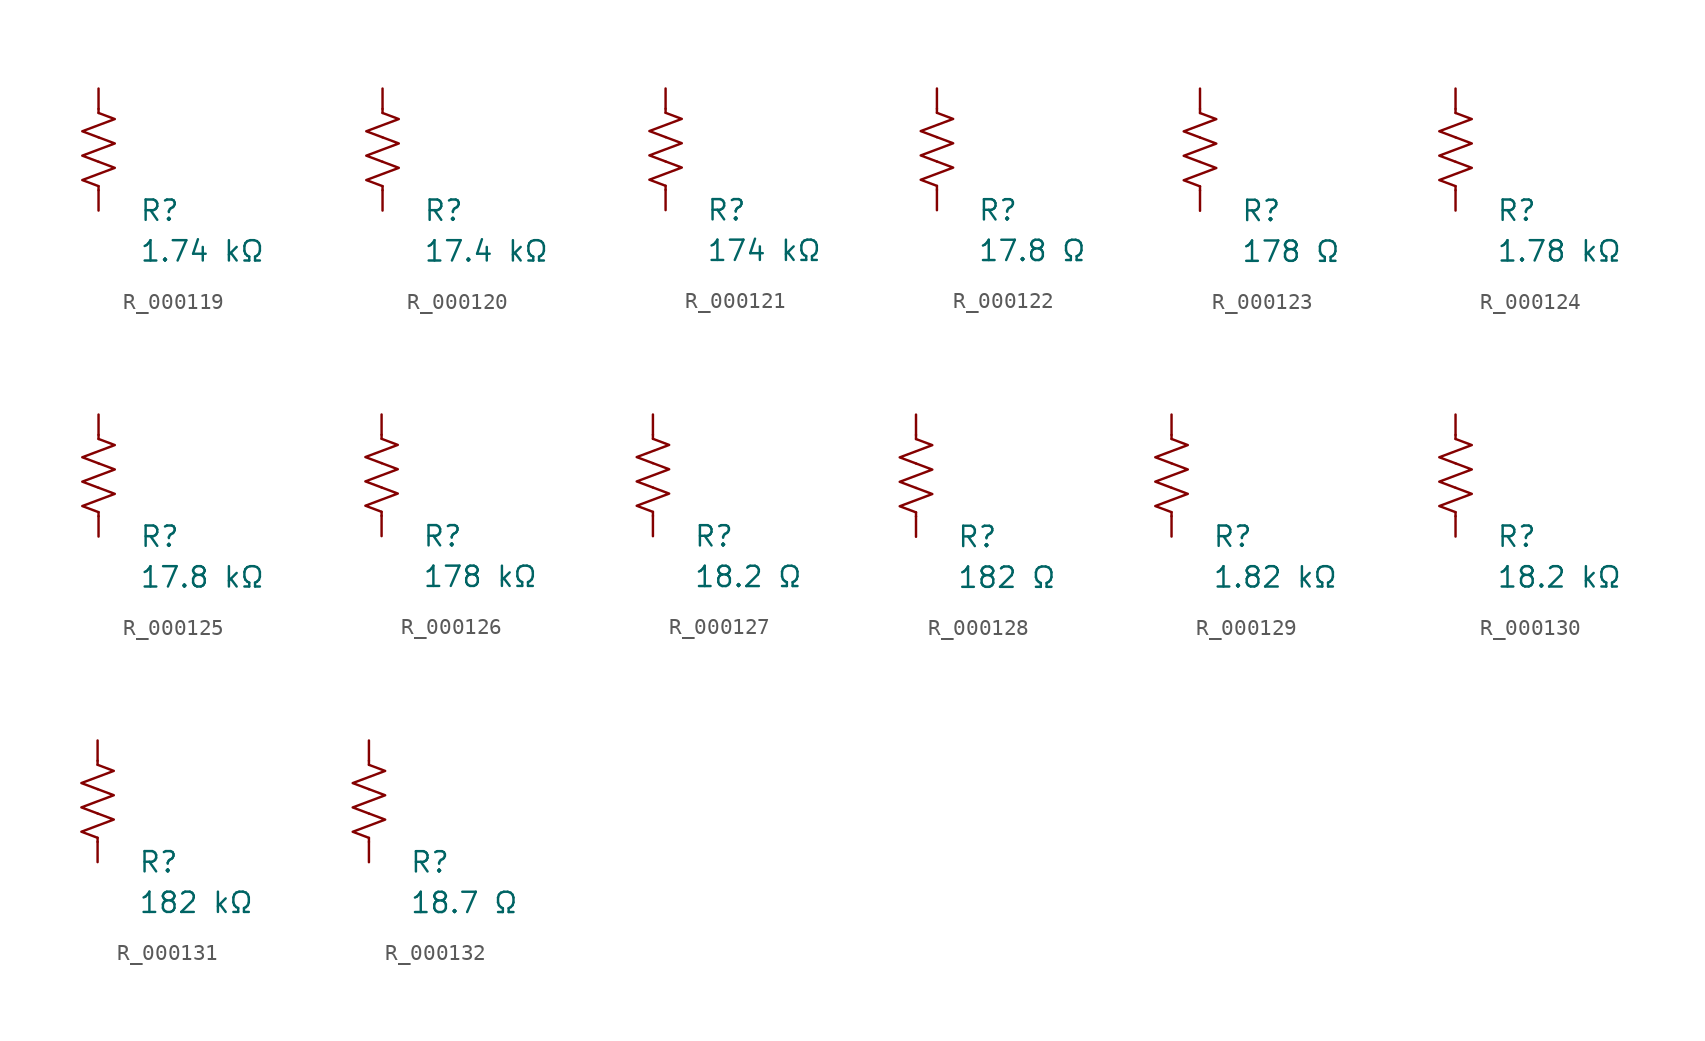
<source format=kicad_sym>
(kicad_symbol_lib
  (version 20231120)
  (generator "kicad_symbol_editor")
  (generator_version "8.0")
  (symbol "R_000119"
    (pin_numbers hide)
    (pin_names
      (offset 0))
    (property "Reference" "R"
      (at 2.54 -3.81 0)
      (effects (font (size 1.27 1.27)) (justify left))
      (show_name no))
    (property "Value" "1.74 kΩ"
      (at 2.54 -6.35 0)
      (effects (font (size 1.27 1.27)) (justify left))
      (show_name no))
    (symbol "R_000119_0_1"
      (polyline (pts (xy 0 -2.286) (xy 0 -2.54)) (stroke (width 0) (type default)) (fill (type none)))
      (polyline (pts (xy 0 2.286) (xy 0 2.54)) (stroke (width 0) (type default)) (fill (type none)))
      (polyline (pts (xy 0 -0.762) (xy 1.016 -1.143) (xy 0 -1.524) (xy -1.016 -1.905) (xy 0 -2.286)) (stroke (width 0) (type default)) (fill (type none)))
      (polyline (pts (xy 0 0.762) (xy 1.016 0.381) (xy 0 0) (xy -1.016 -0.381) (xy 0 -0.762)) (stroke (width 0) (type default)) (fill (type none)))
      (polyline (pts (xy 0 2.286) (xy 1.016 1.905) (xy 0 1.524) (xy -1.016 1.143) (xy 0 0.762)) (stroke (width 0) (type default)) (fill (type none))))
    (symbol "R_000119_1_1"
      (pin passive line (at 0 3.81 270) (length 1.27) (name "~" (effects (font (size 1.27 1.27)))) (number "1" (effects (font (size 1.27 1.27)))))
      (pin passive line (at 0 -3.81 90) (length 1.27) (name "~" (effects (font (size 1.27 1.27)))) (number "2" (effects (font (size 1.27 1.27)))))))
  (symbol "R_000120"
    (pin_numbers hide)
    (pin_names
      (offset 0))
    (property "Reference" "R"
      (at 2.54 -3.81 0)
      (effects (font (size 1.27 1.27)) (justify left))
      (show_name no))
    (property "Value" "17.4 kΩ"
      (at 2.54 -6.35 0)
      (effects (font (size 1.27 1.27)) (justify left))
      (show_name no))
    (symbol "R_000120_0_1"
      (polyline (pts (xy 0 -2.286) (xy 0 -2.54)) (stroke (width 0) (type default)) (fill (type none)))
      (polyline (pts (xy 0 2.286) (xy 0 2.54)) (stroke (width 0) (type default)) (fill (type none)))
      (polyline (pts (xy 0 -0.762) (xy 1.016 -1.143) (xy 0 -1.524) (xy -1.016 -1.905) (xy 0 -2.286)) (stroke (width 0) (type default)) (fill (type none)))
      (polyline (pts (xy 0 0.762) (xy 1.016 0.381) (xy 0 0) (xy -1.016 -0.381) (xy 0 -0.762)) (stroke (width 0) (type default)) (fill (type none)))
      (polyline (pts (xy 0 2.286) (xy 1.016 1.905) (xy 0 1.524) (xy -1.016 1.143) (xy 0 0.762)) (stroke (width 0) (type default)) (fill (type none))))
    (symbol "R_000120_1_1"
      (pin passive line (at 0 3.81 270) (length 1.27) (name "~" (effects (font (size 1.27 1.27)))) (number "1" (effects (font (size 1.27 1.27)))))
      (pin passive line (at 0 -3.81 90) (length 1.27) (name "~" (effects (font (size 1.27 1.27)))) (number "2" (effects (font (size 1.27 1.27)))))))
  (symbol "R_000121"
    (pin_numbers hide)
    (pin_names
      (offset 0))
    (property "Reference" "R"
      (at 2.54 -3.81 0)
      (effects (font (size 1.27 1.27)) (justify left))
      (show_name no))
    (property "Value" "174 kΩ"
      (at 2.54 -6.35 0)
      (effects (font (size 1.27 1.27)) (justify left))
      (show_name no))
    (symbol "R_000121_0_1"
      (polyline (pts (xy 0 -2.286) (xy 0 -2.54)) (stroke (width 0) (type default)) (fill (type none)))
      (polyline (pts (xy 0 2.286) (xy 0 2.54)) (stroke (width 0) (type default)) (fill (type none)))
      (polyline (pts (xy 0 -0.762) (xy 1.016 -1.143) (xy 0 -1.524) (xy -1.016 -1.905) (xy 0 -2.286)) (stroke (width 0) (type default)) (fill (type none)))
      (polyline (pts (xy 0 0.762) (xy 1.016 0.381) (xy 0 0) (xy -1.016 -0.381) (xy 0 -0.762)) (stroke (width 0) (type default)) (fill (type none)))
      (polyline (pts (xy 0 2.286) (xy 1.016 1.905) (xy 0 1.524) (xy -1.016 1.143) (xy 0 0.762)) (stroke (width 0) (type default)) (fill (type none))))
    (symbol "R_000121_1_1"
      (pin passive line (at 0 3.81 270) (length 1.27) (name "~" (effects (font (size 1.27 1.27)))) (number "1" (effects (font (size 1.27 1.27)))))
      (pin passive line (at 0 -3.81 90) (length 1.27) (name "~" (effects (font (size 1.27 1.27)))) (number "2" (effects (font (size 1.27 1.27)))))))
  (symbol "R_000122"
    (pin_numbers hide)
    (pin_names
      (offset 0))
    (property "Reference" "R"
      (at 2.54 -3.81 0)
      (effects (font (size 1.27 1.27)) (justify left))
      (show_name no))
    (property "Value" "17.8 Ω"
      (at 2.54 -6.35 0)
      (effects (font (size 1.27 1.27)) (justify left))
      (show_name no))
    (symbol "R_000122_0_1"
      (polyline (pts (xy 0 -2.286) (xy 0 -2.54)) (stroke (width 0) (type default)) (fill (type none)))
      (polyline (pts (xy 0 2.286) (xy 0 2.54)) (stroke (width 0) (type default)) (fill (type none)))
      (polyline (pts (xy 0 -0.762) (xy 1.016 -1.143) (xy 0 -1.524) (xy -1.016 -1.905) (xy 0 -2.286)) (stroke (width 0) (type default)) (fill (type none)))
      (polyline (pts (xy 0 0.762) (xy 1.016 0.381) (xy 0 0) (xy -1.016 -0.381) (xy 0 -0.762)) (stroke (width 0) (type default)) (fill (type none)))
      (polyline (pts (xy 0 2.286) (xy 1.016 1.905) (xy 0 1.524) (xy -1.016 1.143) (xy 0 0.762)) (stroke (width 0) (type default)) (fill (type none))))
    (symbol "R_000122_1_1"
      (pin passive line (at 0 3.81 270) (length 1.27) (name "~" (effects (font (size 1.27 1.27)))) (number "1" (effects (font (size 1.27 1.27)))))
      (pin passive line (at 0 -3.81 90) (length 1.27) (name "~" (effects (font (size 1.27 1.27)))) (number "2" (effects (font (size 1.27 1.27)))))))
  (symbol "R_000123"
    (pin_numbers hide)
    (pin_names
      (offset 0))
    (property "Reference" "R"
      (at 2.54 -3.81 0)
      (effects (font (size 1.27 1.27)) (justify left))
      (show_name no))
    (property "Value" "178 Ω"
      (at 2.54 -6.35 0)
      (effects (font (size 1.27 1.27)) (justify left))
      (show_name no))
    (symbol "R_000123_0_1"
      (polyline (pts (xy 0 -2.286) (xy 0 -2.54)) (stroke (width 0) (type default)) (fill (type none)))
      (polyline (pts (xy 0 2.286) (xy 0 2.54)) (stroke (width 0) (type default)) (fill (type none)))
      (polyline (pts (xy 0 -0.762) (xy 1.016 -1.143) (xy 0 -1.524) (xy -1.016 -1.905) (xy 0 -2.286)) (stroke (width 0) (type default)) (fill (type none)))
      (polyline (pts (xy 0 0.762) (xy 1.016 0.381) (xy 0 0) (xy -1.016 -0.381) (xy 0 -0.762)) (stroke (width 0) (type default)) (fill (type none)))
      (polyline (pts (xy 0 2.286) (xy 1.016 1.905) (xy 0 1.524) (xy -1.016 1.143) (xy 0 0.762)) (stroke (width 0) (type default)) (fill (type none))))
    (symbol "R_000123_1_1"
      (pin passive line (at 0 3.81 270) (length 1.27) (name "~" (effects (font (size 1.27 1.27)))) (number "1" (effects (font (size 1.27 1.27)))))
      (pin passive line (at 0 -3.81 90) (length 1.27) (name "~" (effects (font (size 1.27 1.27)))) (number "2" (effects (font (size 1.27 1.27)))))))
  (symbol "R_000124"
    (pin_numbers hide)
    (pin_names
      (offset 0))
    (property "Reference" "R"
      (at 2.54 -3.81 0)
      (effects (font (size 1.27 1.27)) (justify left))
      (show_name no))
    (property "Value" "1.78 kΩ"
      (at 2.54 -6.35 0)
      (effects (font (size 1.27 1.27)) (justify left))
      (show_name no))
    (symbol "R_000124_0_1"
      (polyline (pts (xy 0 -2.286) (xy 0 -2.54)) (stroke (width 0) (type default)) (fill (type none)))
      (polyline (pts (xy 0 2.286) (xy 0 2.54)) (stroke (width 0) (type default)) (fill (type none)))
      (polyline (pts (xy 0 -0.762) (xy 1.016 -1.143) (xy 0 -1.524) (xy -1.016 -1.905) (xy 0 -2.286)) (stroke (width 0) (type default)) (fill (type none)))
      (polyline (pts (xy 0 0.762) (xy 1.016 0.381) (xy 0 0) (xy -1.016 -0.381) (xy 0 -0.762)) (stroke (width 0) (type default)) (fill (type none)))
      (polyline (pts (xy 0 2.286) (xy 1.016 1.905) (xy 0 1.524) (xy -1.016 1.143) (xy 0 0.762)) (stroke (width 0) (type default)) (fill (type none))))
    (symbol "R_000124_1_1"
      (pin passive line (at 0 3.81 270) (length 1.27) (name "~" (effects (font (size 1.27 1.27)))) (number "1" (effects (font (size 1.27 1.27)))))
      (pin passive line (at 0 -3.81 90) (length 1.27) (name "~" (effects (font (size 1.27 1.27)))) (number "2" (effects (font (size 1.27 1.27)))))))
  (symbol "R_000125"
    (pin_numbers hide)
    (pin_names
      (offset 0))
    (property "Reference" "R"
      (at 2.54 -3.81 0)
      (effects (font (size 1.27 1.27)) (justify left))
      (show_name no))
    (property "Value" "17.8 kΩ"
      (at 2.54 -6.35 0)
      (effects (font (size 1.27 1.27)) (justify left))
      (show_name no))
    (symbol "R_000125_0_1"
      (polyline (pts (xy 0 -2.286) (xy 0 -2.54)) (stroke (width 0) (type default)) (fill (type none)))
      (polyline (pts (xy 0 2.286) (xy 0 2.54)) (stroke (width 0) (type default)) (fill (type none)))
      (polyline (pts (xy 0 -0.762) (xy 1.016 -1.143) (xy 0 -1.524) (xy -1.016 -1.905) (xy 0 -2.286)) (stroke (width 0) (type default)) (fill (type none)))
      (polyline (pts (xy 0 0.762) (xy 1.016 0.381) (xy 0 0) (xy -1.016 -0.381) (xy 0 -0.762)) (stroke (width 0) (type default)) (fill (type none)))
      (polyline (pts (xy 0 2.286) (xy 1.016 1.905) (xy 0 1.524) (xy -1.016 1.143) (xy 0 0.762)) (stroke (width 0) (type default)) (fill (type none))))
    (symbol "R_000125_1_1"
      (pin passive line (at 0 3.81 270) (length 1.27) (name "~" (effects (font (size 1.27 1.27)))) (number "1" (effects (font (size 1.27 1.27)))))
      (pin passive line (at 0 -3.81 90) (length 1.27) (name "~" (effects (font (size 1.27 1.27)))) (number "2" (effects (font (size 1.27 1.27)))))))
  (symbol "R_000126"
    (pin_numbers hide)
    (pin_names
      (offset 0))
    (property "Reference" "R"
      (at 2.54 -3.81 0)
      (effects (font (size 1.27 1.27)) (justify left))
      (show_name no))
    (property "Value" "178 kΩ"
      (at 2.54 -6.35 0)
      (effects (font (size 1.27 1.27)) (justify left))
      (show_name no))
    (symbol "R_000126_0_1"
      (polyline (pts (xy 0 -2.286) (xy 0 -2.54)) (stroke (width 0) (type default)) (fill (type none)))
      (polyline (pts (xy 0 2.286) (xy 0 2.54)) (stroke (width 0) (type default)) (fill (type none)))
      (polyline (pts (xy 0 -0.762) (xy 1.016 -1.143) (xy 0 -1.524) (xy -1.016 -1.905) (xy 0 -2.286)) (stroke (width 0) (type default)) (fill (type none)))
      (polyline (pts (xy 0 0.762) (xy 1.016 0.381) (xy 0 0) (xy -1.016 -0.381) (xy 0 -0.762)) (stroke (width 0) (type default)) (fill (type none)))
      (polyline (pts (xy 0 2.286) (xy 1.016 1.905) (xy 0 1.524) (xy -1.016 1.143) (xy 0 0.762)) (stroke (width 0) (type default)) (fill (type none))))
    (symbol "R_000126_1_1"
      (pin passive line (at 0 3.81 270) (length 1.27) (name "~" (effects (font (size 1.27 1.27)))) (number "1" (effects (font (size 1.27 1.27)))))
      (pin passive line (at 0 -3.81 90) (length 1.27) (name "~" (effects (font (size 1.27 1.27)))) (number "2" (effects (font (size 1.27 1.27)))))))
  (symbol "R_000127"
    (pin_numbers hide)
    (pin_names
      (offset 0))
    (property "Reference" "R"
      (at 2.54 -3.81 0)
      (effects (font (size 1.27 1.27)) (justify left))
      (show_name no))
    (property "Value" "18.2 Ω"
      (at 2.54 -6.35 0)
      (effects (font (size 1.27 1.27)) (justify left))
      (show_name no))
    (symbol "R_000127_0_1"
      (polyline (pts (xy 0 -2.286) (xy 0 -2.54)) (stroke (width 0) (type default)) (fill (type none)))
      (polyline (pts (xy 0 2.286) (xy 0 2.54)) (stroke (width 0) (type default)) (fill (type none)))
      (polyline (pts (xy 0 -0.762) (xy 1.016 -1.143) (xy 0 -1.524) (xy -1.016 -1.905) (xy 0 -2.286)) (stroke (width 0) (type default)) (fill (type none)))
      (polyline (pts (xy 0 0.762) (xy 1.016 0.381) (xy 0 0) (xy -1.016 -0.381) (xy 0 -0.762)) (stroke (width 0) (type default)) (fill (type none)))
      (polyline (pts (xy 0 2.286) (xy 1.016 1.905) (xy 0 1.524) (xy -1.016 1.143) (xy 0 0.762)) (stroke (width 0) (type default)) (fill (type none))))
    (symbol "R_000127_1_1"
      (pin passive line (at 0 3.81 270) (length 1.27) (name "~" (effects (font (size 1.27 1.27)))) (number "1" (effects (font (size 1.27 1.27)))))
      (pin passive line (at 0 -3.81 90) (length 1.27) (name "~" (effects (font (size 1.27 1.27)))) (number "2" (effects (font (size 1.27 1.27)))))))
  (symbol "R_000128"
    (pin_numbers hide)
    (pin_names
      (offset 0))
    (property "Reference" "R"
      (at 2.54 -3.81 0)
      (effects (font (size 1.27 1.27)) (justify left))
      (show_name no))
    (property "Value" "182 Ω"
      (at 2.54 -6.35 0)
      (effects (font (size 1.27 1.27)) (justify left))
      (show_name no))
    (symbol "R_000128_0_1"
      (polyline (pts (xy 0 -2.286) (xy 0 -2.54)) (stroke (width 0) (type default)) (fill (type none)))
      (polyline (pts (xy 0 2.286) (xy 0 2.54)) (stroke (width 0) (type default)) (fill (type none)))
      (polyline (pts (xy 0 -0.762) (xy 1.016 -1.143) (xy 0 -1.524) (xy -1.016 -1.905) (xy 0 -2.286)) (stroke (width 0) (type default)) (fill (type none)))
      (polyline (pts (xy 0 0.762) (xy 1.016 0.381) (xy 0 0) (xy -1.016 -0.381) (xy 0 -0.762)) (stroke (width 0) (type default)) (fill (type none)))
      (polyline (pts (xy 0 2.286) (xy 1.016 1.905) (xy 0 1.524) (xy -1.016 1.143) (xy 0 0.762)) (stroke (width 0) (type default)) (fill (type none))))
    (symbol "R_000128_1_1"
      (pin passive line (at 0 3.81 270) (length 1.27) (name "~" (effects (font (size 1.27 1.27)))) (number "1" (effects (font (size 1.27 1.27)))))
      (pin passive line (at 0 -3.81 90) (length 1.27) (name "~" (effects (font (size 1.27 1.27)))) (number "2" (effects (font (size 1.27 1.27)))))))
  (symbol "R_000129"
    (pin_numbers hide)
    (pin_names
      (offset 0))
    (property "Reference" "R"
      (at 2.54 -3.81 0)
      (effects (font (size 1.27 1.27)) (justify left))
      (show_name no))
    (property "Value" "1.82 kΩ"
      (at 2.54 -6.35 0)
      (effects (font (size 1.27 1.27)) (justify left))
      (show_name no))
    (symbol "R_000129_0_1"
      (polyline (pts (xy 0 -2.286) (xy 0 -2.54)) (stroke (width 0) (type default)) (fill (type none)))
      (polyline (pts (xy 0 2.286) (xy 0 2.54)) (stroke (width 0) (type default)) (fill (type none)))
      (polyline (pts (xy 0 -0.762) (xy 1.016 -1.143) (xy 0 -1.524) (xy -1.016 -1.905) (xy 0 -2.286)) (stroke (width 0) (type default)) (fill (type none)))
      (polyline (pts (xy 0 0.762) (xy 1.016 0.381) (xy 0 0) (xy -1.016 -0.381) (xy 0 -0.762)) (stroke (width 0) (type default)) (fill (type none)))
      (polyline (pts (xy 0 2.286) (xy 1.016 1.905) (xy 0 1.524) (xy -1.016 1.143) (xy 0 0.762)) (stroke (width 0) (type default)) (fill (type none))))
    (symbol "R_000129_1_1"
      (pin passive line (at 0 3.81 270) (length 1.27) (name "~" (effects (font (size 1.27 1.27)))) (number "1" (effects (font (size 1.27 1.27)))))
      (pin passive line (at 0 -3.81 90) (length 1.27) (name "~" (effects (font (size 1.27 1.27)))) (number "2" (effects (font (size 1.27 1.27)))))))
  (symbol "R_000130"
    (pin_numbers hide)
    (pin_names
      (offset 0))
    (property "Reference" "R"
      (at 2.54 -3.81 0)
      (effects (font (size 1.27 1.27)) (justify left))
      (show_name no))
    (property "Value" "18.2 kΩ"
      (at 2.54 -6.35 0)
      (effects (font (size 1.27 1.27)) (justify left))
      (show_name no))
    (symbol "R_000130_0_1"
      (polyline (pts (xy 0 -2.286) (xy 0 -2.54)) (stroke (width 0) (type default)) (fill (type none)))
      (polyline (pts (xy 0 2.286) (xy 0 2.54)) (stroke (width 0) (type default)) (fill (type none)))
      (polyline (pts (xy 0 -0.762) (xy 1.016 -1.143) (xy 0 -1.524) (xy -1.016 -1.905) (xy 0 -2.286)) (stroke (width 0) (type default)) (fill (type none)))
      (polyline (pts (xy 0 0.762) (xy 1.016 0.381) (xy 0 0) (xy -1.016 -0.381) (xy 0 -0.762)) (stroke (width 0) (type default)) (fill (type none)))
      (polyline (pts (xy 0 2.286) (xy 1.016 1.905) (xy 0 1.524) (xy -1.016 1.143) (xy 0 0.762)) (stroke (width 0) (type default)) (fill (type none))))
    (symbol "R_000130_1_1"
      (pin passive line (at 0 3.81 270) (length 1.27) (name "~" (effects (font (size 1.27 1.27)))) (number "1" (effects (font (size 1.27 1.27)))))
      (pin passive line (at 0 -3.81 90) (length 1.27) (name "~" (effects (font (size 1.27 1.27)))) (number "2" (effects (font (size 1.27 1.27)))))))
  (symbol "R_000131"
    (pin_numbers hide)
    (pin_names
      (offset 0))
    (property "Reference" "R"
      (at 2.54 -3.81 0)
      (effects (font (size 1.27 1.27)) (justify left))
      (show_name no))
    (property "Value" "182 kΩ"
      (at 2.54 -6.35 0)
      (effects (font (size 1.27 1.27)) (justify left))
      (show_name no))
    (symbol "R_000131_0_1"
      (polyline (pts (xy 0 -2.286) (xy 0 -2.54)) (stroke (width 0) (type default)) (fill (type none)))
      (polyline (pts (xy 0 2.286) (xy 0 2.54)) (stroke (width 0) (type default)) (fill (type none)))
      (polyline (pts (xy 0 -0.762) (xy 1.016 -1.143) (xy 0 -1.524) (xy -1.016 -1.905) (xy 0 -2.286)) (stroke (width 0) (type default)) (fill (type none)))
      (polyline (pts (xy 0 0.762) (xy 1.016 0.381) (xy 0 0) (xy -1.016 -0.381) (xy 0 -0.762)) (stroke (width 0) (type default)) (fill (type none)))
      (polyline (pts (xy 0 2.286) (xy 1.016 1.905) (xy 0 1.524) (xy -1.016 1.143) (xy 0 0.762)) (stroke (width 0) (type default)) (fill (type none))))
    (symbol "R_000131_1_1"
      (pin passive line (at 0 3.81 270) (length 1.27) (name "~" (effects (font (size 1.27 1.27)))) (number "1" (effects (font (size 1.27 1.27)))))
      (pin passive line (at 0 -3.81 90) (length 1.27) (name "~" (effects (font (size 1.27 1.27)))) (number "2" (effects (font (size 1.27 1.27)))))))
  (symbol "R_000132"
    (pin_numbers hide)
    (pin_names
      (offset 0))
    (property "Reference" "R"
      (at 2.54 -3.81 0)
      (effects (font (size 1.27 1.27)) (justify left))
      (show_name no))
    (property "Value" "18.7 Ω"
      (at 2.54 -6.35 0)
      (effects (font (size 1.27 1.27)) (justify left))
      (show_name no))
    (symbol "R_000132_0_1"
      (polyline (pts (xy 0 -2.286) (xy 0 -2.54)) (stroke (width 0) (type default)) (fill (type none)))
      (polyline (pts (xy 0 2.286) (xy 0 2.54)) (stroke (width 0) (type default)) (fill (type none)))
      (polyline (pts (xy 0 -0.762) (xy 1.016 -1.143) (xy 0 -1.524) (xy -1.016 -1.905) (xy 0 -2.286)) (stroke (width 0) (type default)) (fill (type none)))
      (polyline (pts (xy 0 0.762) (xy 1.016 0.381) (xy 0 0) (xy -1.016 -0.381) (xy 0 -0.762)) (stroke (width 0) (type default)) (fill (type none)))
      (polyline (pts (xy 0 2.286) (xy 1.016 1.905) (xy 0 1.524) (xy -1.016 1.143) (xy 0 0.762)) (stroke (width 0) (type default)) (fill (type none))))
    (symbol "R_000132_1_1"
      (pin passive line (at 0 3.81 270) (length 1.27) (name "~" (effects (font (size 1.27 1.27)))) (number "1" (effects (font (size 1.27 1.27)))))
      (pin passive line (at 0 -3.81 90) (length 1.27) (name "~" (effects (font (size 1.27 1.27)))) (number "2" (effects (font (size 1.27 1.27))))))))
</source>
